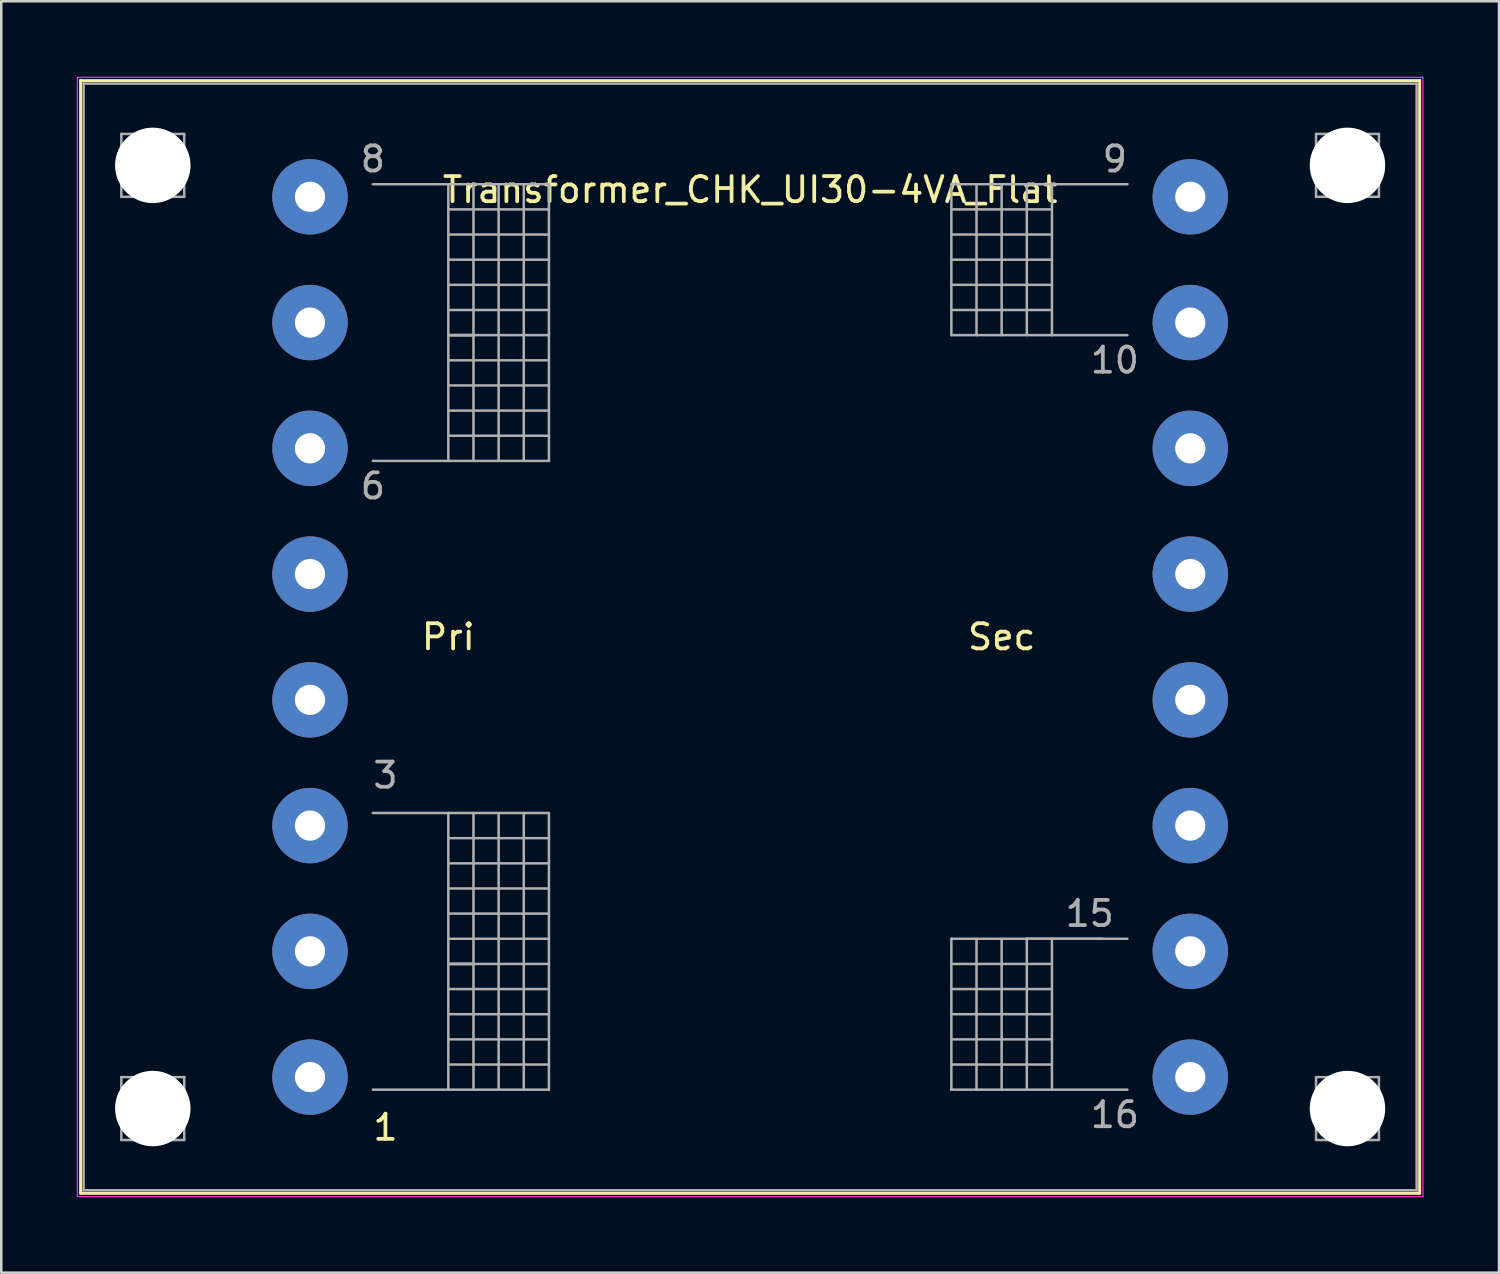
<source format=kicad_pcb>
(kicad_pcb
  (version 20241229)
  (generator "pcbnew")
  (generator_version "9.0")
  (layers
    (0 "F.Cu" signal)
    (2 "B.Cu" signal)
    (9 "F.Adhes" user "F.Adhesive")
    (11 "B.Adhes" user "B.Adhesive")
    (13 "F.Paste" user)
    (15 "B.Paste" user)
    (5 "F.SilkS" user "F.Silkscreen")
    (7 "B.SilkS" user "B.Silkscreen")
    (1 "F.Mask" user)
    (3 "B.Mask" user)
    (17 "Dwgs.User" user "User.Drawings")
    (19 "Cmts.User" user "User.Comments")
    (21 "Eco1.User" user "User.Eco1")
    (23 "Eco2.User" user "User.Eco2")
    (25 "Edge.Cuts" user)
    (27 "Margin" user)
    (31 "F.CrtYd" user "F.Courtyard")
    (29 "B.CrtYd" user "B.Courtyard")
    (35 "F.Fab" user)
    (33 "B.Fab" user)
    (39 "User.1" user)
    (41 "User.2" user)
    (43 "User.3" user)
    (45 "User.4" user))
  (footprint "Transformer_CHK_UI30-4VA_Flat"
    (layer "F.Cu")
    (at 9.275 39.775)
    (property "Reference" "Transformer_CHK_UI30-4VA_Flat" (at 17.5 -35.28 0) (layer "F.SilkS") (effects (font (size 1 1) (thickness 0.15))))
    (attr through_hole)
    (fp_line (start -9.12 -39.62) (end -9.12 4.62) (stroke (width 0.12) (type solid)) (layer "F.SilkS"))
    (fp_line (start -9.12 -39.62) (end 44.12 -39.62) (stroke (width 0.12) (type solid)) (layer "F.SilkS"))
    (fp_line (start 44.12 4.62) (end -9.12 4.62) (stroke (width 0.12) (type solid)) (layer "F.SilkS"))
    (fp_line (start 44.12 4.62) (end 44.12 -39.62) (stroke (width 0.12) (type solid)) (layer "F.SilkS"))
    (fp_line (start -9.25 -39.75) (end -9.25 4.75) (stroke (width 0.05) (type solid)) (layer "F.CrtYd"))
    (fp_line (start -9.25 -39.75) (end 44.25 -39.75) (stroke (width 0.05) (type solid)) (layer "F.CrtYd"))
    (fp_line (start 44.25 4.75) (end -9.25 4.75) (stroke (width 0.05) (type solid)) (layer "F.CrtYd"))
    (fp_line (start 44.25 4.75) (end 44.25 -39.75) (stroke (width 0.05) (type solid)) (layer "F.CrtYd"))
    (fp_line (start -9 -39.5) (end -9 4.5) (stroke (width 0.1) (type solid)) (layer "F.Fab"))
    (fp_line (start -9 4.5) (end 44 4.5) (stroke (width 0.1) (type solid)) (layer "F.Fab"))
    (fp_line (start -7.5 -37.5) (end -7.5 -35) (stroke (width 0.1) (type solid)) (layer "F.Fab"))
    (fp_line (start -7.5 -35) (end -5 -35) (stroke (width 0.1) (type solid)) (layer "F.Fab"))
    (fp_line (start -7.5 0) (end -7.5 2.5) (stroke (width 0.1) (type solid)) (layer "F.Fab"))
    (fp_line (start -7.5 2.5) (end -5 2.5) (stroke (width 0.1) (type solid)) (layer "F.Fab"))
    (fp_line (start -6.25 -37.5) (end -7.5 -37.5) (stroke (width 0.1) (type solid)) (layer "F.Fab"))
    (fp_line (start -6.25 0) (end -7.5 0) (stroke (width 0.1) (type solid)) (layer "F.Fab"))
    (fp_line (start -5 -37.5) (end -6.25 -37.5) (stroke (width 0.1) (type solid)) (layer "F.Fab"))
    (fp_line (start -5 -35) (end -5 -37.5) (stroke (width 0.1) (type solid)) (layer "F.Fab"))
    (fp_line (start -5 0) (end -6.25 0) (stroke (width 0.1) (type solid)) (layer "F.Fab"))
    (fp_line (start -5 2.5) (end -5 0) (stroke (width 0.1) (type solid)) (layer "F.Fab"))
    (fp_line (start 2.5 -35.5) (end 5.5 -35.5) (stroke (width 0.1) (type solid)) (layer "F.Fab"))
    (fp_line (start 2.5 -10.5) (end 5.5 -10.5) (stroke (width 0.1) (type solid)) (layer "F.Fab"))
    (fp_line (start 5.5 -35.5) (end 5.5 -24.5) (stroke (width 0.1) (type solid)) (layer "F.Fab"))
    (fp_line (start 5.5 -35.5) (end 9.5 -35.5) (stroke (width 0.1) (type solid)) (layer "F.Fab"))
    (fp_line (start 5.5 -34.5) (end 9.5 -34.5) (stroke (width 0.1) (type solid)) (layer "F.Fab"))
    (fp_line (start 5.5 -33.5) (end 9.5 -33.5) (stroke (width 0.1) (type solid)) (layer "F.Fab"))
    (fp_line (start 5.5 -32.5) (end 9.5 -32.5) (stroke (width 0.1) (type solid)) (layer "F.Fab"))
    (fp_line (start 5.5 -31.5) (end 9.5 -31.5) (stroke (width 0.1) (type solid)) (layer "F.Fab"))
    (fp_line (start 5.5 -30.5) (end 9.5 -30.5) (stroke (width 0.1) (type solid)) (layer "F.Fab"))
    (fp_line (start 5.5 -29.5) (end 6.5 -29.5) (stroke (width 0.1) (type solid)) (layer "F.Fab"))
    (fp_line (start 5.5 -28.5) (end 9.5 -28.5) (stroke (width 0.1) (type solid)) (layer "F.Fab"))
    (fp_line (start 5.5 -26.5) (end 8.5 -26.5) (stroke (width 0.1) (type solid)) (layer "F.Fab"))
    (fp_line (start 5.5 -24.5) (end 2.5 -24.5) (stroke (width 0.1) (type solid)) (layer "F.Fab"))
    (fp_line (start 5.5 -10.5) (end 5.5 0.5) (stroke (width 0.1) (type solid)) (layer "F.Fab"))
    (fp_line (start 5.5 -10.5) (end 9.5 -10.5) (stroke (width 0.1) (type solid)) (layer "F.Fab"))
    (fp_line (start 5.5 -9.5) (end 9.5 -9.5) (stroke (width 0.1) (type solid)) (layer "F.Fab"))
    (fp_line (start 5.5 -8.5) (end 9.5 -8.5) (stroke (width 0.1) (type solid)) (layer "F.Fab"))
    (fp_line (start 5.5 -7.5) (end 9.5 -7.5) (stroke (width 0.1) (type solid)) (layer "F.Fab"))
    (fp_line (start 5.5 -6.5) (end 9.5 -6.5) (stroke (width 0.1) (type solid)) (layer "F.Fab"))
    (fp_line (start 5.5 -5.5) (end 9.5 -5.5) (stroke (width 0.1) (type solid)) (layer "F.Fab"))
    (fp_line (start 5.5 -4.5) (end 6.5 -4.5) (stroke (width 0.1) (type solid)) (layer "F.Fab"))
    (fp_line (start 5.5 -3.5) (end 9.5 -3.5) (stroke (width 0.1) (type solid)) (layer "F.Fab"))
    (fp_line (start 5.5 -1.5) (end 8.5 -1.5) (stroke (width 0.1) (type solid)) (layer "F.Fab"))
    (fp_line (start 5.5 0.5) (end 2.5 0.5) (stroke (width 0.1) (type solid)) (layer "F.Fab"))
    (fp_line (start 6.5 -35.5) (end 6.5 -24.5) (stroke (width 0.1) (type solid)) (layer "F.Fab"))
    (fp_line (start 6.5 -29.5) (end 5.5 -29.5) (stroke (width 0.1) (type solid)) (layer "F.Fab"))
    (fp_line (start 6.5 -10.5) (end 6.5 0.5) (stroke (width 0.1) (type solid)) (layer "F.Fab"))
    (fp_line (start 6.5 -4.5) (end 5.5 -4.5) (stroke (width 0.1) (type solid)) (layer "F.Fab"))
    (fp_line (start 7.5 -24.5) (end 7.5 -35.5) (stroke (width 0.1) (type solid)) (layer "F.Fab"))
    (fp_line (start 7.5 0.5) (end 7.5 -10.5) (stroke (width 0.1) (type solid)) (layer "F.Fab"))
    (fp_line (start 8.5 -35.5) (end 8.5 -24.5) (stroke (width 0.1) (type solid)) (layer "F.Fab"))
    (fp_line (start 8.5 -26.5) (end 9.5 -26.5) (stroke (width 0.1) (type solid)) (layer "F.Fab"))
    (fp_line (start 8.5 -10.5) (end 8.5 0.5) (stroke (width 0.1) (type solid)) (layer "F.Fab"))
    (fp_line (start 8.5 -1.5) (end 9.5 -1.5) (stroke (width 0.1) (type solid)) (layer "F.Fab"))
    (fp_line (start 9.5 -35.5) (end 9.5 -24.5) (stroke (width 0.1) (type solid)) (layer "F.Fab"))
    (fp_line (start 9.5 -29.5) (end 5.5 -29.5) (stroke (width 0.1) (type solid)) (layer "F.Fab"))
    (fp_line (start 9.5 -27.5) (end 5.5 -27.5) (stroke (width 0.1) (type solid)) (layer "F.Fab"))
    (fp_line (start 9.5 -25.5) (end 5.5 -25.5) (stroke (width 0.1) (type solid)) (layer "F.Fab"))
    (fp_line (start 9.5 -24.5) (end 5.5 -24.5) (stroke (width 0.1) (type solid)) (layer "F.Fab"))
    (fp_line (start 9.5 -10.5) (end 9.5 0.5) (stroke (width 0.1) (type solid)) (layer "F.Fab"))
    (fp_line (start 9.5 -4.5) (end 5.5 -4.5) (stroke (width 0.1) (type solid)) (layer "F.Fab"))
    (fp_line (start 9.5 -2.5) (end 5.5 -2.5) (stroke (width 0.1) (type solid)) (layer "F.Fab"))
    (fp_line (start 9.5 -0.5) (end 5.5 -0.5) (stroke (width 0.1) (type solid)) (layer "F.Fab"))
    (fp_line (start 9.5 0.5) (end 5.5 0.5) (stroke (width 0.1) (type solid)) (layer "F.Fab"))
    (fp_line (start 25.5 -35.5) (end 25.5 -29.5) (stroke (width 0.1) (type solid)) (layer "F.Fab"))
    (fp_line (start 25.5 -34.5) (end 29.5 -34.5) (stroke (width 0.1) (type solid)) (layer "F.Fab"))
    (fp_line (start 25.5 -32.5) (end 29.5 -32.5) (stroke (width 0.1) (type solid)) (layer "F.Fab"))
    (fp_line (start 25.5 -31.5) (end 29.5 -31.5) (stroke (width 0.1) (type solid)) (layer "F.Fab"))
    (fp_line (start 25.5 -29.5) (end 29.5 -29.5) (stroke (width 0.1) (type solid)) (layer "F.Fab"))
    (fp_line (start 25.5 -5.5) (end 25.5 0.5) (stroke (width 0.1) (type solid)) (layer "F.Fab"))
    (fp_line (start 25.5 -4.5) (end 29.5 -4.5) (stroke (width 0.1) (type solid)) (layer "F.Fab"))
    (fp_line (start 25.5 -2.5) (end 29.5 -2.5) (stroke (width 0.1) (type solid)) (layer "F.Fab"))
    (fp_line (start 25.5 -1.5) (end 29.5 -1.5) (stroke (width 0.1) (type solid)) (layer "F.Fab"))
    (fp_line (start 25.5 0.5) (end 29.5 0.5) (stroke (width 0.1) (type solid)) (layer "F.Fab"))
    (fp_line (start 26.5 -35.5) (end 26.5 -29.5) (stroke (width 0.1) (type solid)) (layer "F.Fab"))
    (fp_line (start 26.5 -5.5) (end 26.5 0.5) (stroke (width 0.1) (type solid)) (layer "F.Fab"))
    (fp_line (start 27.5 -35.5) (end 27.5 -29.5) (stroke (width 0.1) (type solid)) (layer "F.Fab"))
    (fp_line (start 27.5 -5.5) (end 27.5 0.5) (stroke (width 0.1) (type solid)) (layer "F.Fab"))
    (fp_line (start 28.5 -35.5) (end 28.5 -29.5) (stroke (width 0.1) (type solid)) (layer "F.Fab"))
    (fp_line (start 28.5 -5.5) (end 28.5 0.5) (stroke (width 0.1) (type solid)) (layer "F.Fab"))
    (fp_line (start 29.5 -35.5) (end 25.5 -35.5) (stroke (width 0.1) (type solid)) (layer "F.Fab"))
    (fp_line (start 29.5 -35.5) (end 29.5 -29.5) (stroke (width 0.1) (type solid)) (layer "F.Fab"))
    (fp_line (start 29.5 -33.5) (end 25.5 -33.5) (stroke (width 0.1) (type solid)) (layer "F.Fab"))
    (fp_line (start 29.5 -30.5) (end 25.5 -30.5) (stroke (width 0.1) (type solid)) (layer "F.Fab"))
    (fp_line (start 29.5 -29.5) (end 32.5 -29.5) (stroke (width 0.1) (type solid)) (layer "F.Fab"))
    (fp_line (start 29.5 -5.5) (end 25.5 -5.5) (stroke (width 0.1) (type solid)) (layer "F.Fab"))
    (fp_line (start 29.5 -5.5) (end 29.5 0.5) (stroke (width 0.1) (type solid)) (layer "F.Fab"))
    (fp_line (start 29.5 -3.5) (end 25.5 -3.5) (stroke (width 0.1) (type solid)) (layer "F.Fab"))
    (fp_line (start 29.5 -0.5) (end 25.5 -0.5) (stroke (width 0.1) (type solid)) (layer "F.Fab"))
    (fp_line (start 29.5 0.5) (end 32.5 0.5) (stroke (width 0.1) (type solid)) (layer "F.Fab"))
    (fp_line (start 31.5 -5.5) (end 28.5 -5.5) (stroke (width 0.1) (type solid)) (layer "F.Fab"))
    (fp_line (start 32.5 -35.5) (end 29.5 -35.5) (stroke (width 0.1) (type solid)) (layer "F.Fab"))
    (fp_line (start 32.5 -5.5) (end 29.5 -5.5) (stroke (width 0.1) (type solid)) (layer "F.Fab"))
    (fp_line (start 40 -37.5) (end 40 -35) (stroke (width 0.1) (type solid)) (layer "F.Fab"))
    (fp_line (start 40 -35) (end 42.5 -35) (stroke (width 0.1) (type solid)) (layer "F.Fab"))
    (fp_line (start 40 0) (end 40 2.5) (stroke (width 0.1) (type solid)) (layer "F.Fab"))
    (fp_line (start 40 2.5) (end 42.5 2.5) (stroke (width 0.1) (type solid)) (layer "F.Fab"))
    (fp_line (start 41.25 -37.5) (end 40 -37.5) (stroke (width 0.1) (type solid)) (layer "F.Fab"))
    (fp_line (start 41.25 0) (end 40 0) (stroke (width 0.1) (type solid)) (layer "F.Fab"))
    (fp_line (start 42.5 -37.5) (end 41.25 -37.5) (stroke (width 0.1) (type solid)) (layer "F.Fab"))
    (fp_line (start 42.5 -35) (end 42.5 -37.5) (stroke (width 0.1) (type solid)) (layer "F.Fab"))
    (fp_line (start 42.5 0) (end 41.25 0) (stroke (width 0.1) (type solid)) (layer "F.Fab"))
    (fp_line (start 42.5 2.5) (end 42.5 0) (stroke (width 0.1) (type solid)) (layer "F.Fab"))
    (fp_line (start 44 -39.5) (end -9 -39.5) (stroke (width 0.1) (type solid)) (layer "F.Fab"))
    (fp_line (start 44 4.5) (end 44 -39.5) (stroke (width 0.1) (type solid)) (layer "F.Fab"))
    (fp_text user "1" (at 3 2 0) (layer "F.SilkS") (effects (font (size 1 1) (thickness 0.15))))
    (fp_text user "Pri" (at 5.5 -17.5 0) (layer "F.SilkS") (effects (font (size 1 1) (thickness 0.15))))
    (fp_text user "Sec" (at 27.5 -17.5 0) (layer "F.SilkS") (effects (font (size 1 1) (thickness 0.15))))
    (fp_text user "8" (at 2.5 -36.5 0) (layer "F.Fab") (effects (font (size 1 1) (thickness 0.15))))
    (fp_text user "9" (at 32 -36.5 0) (layer "F.Fab") (effects (font (size 1 1) (thickness 0.15))))
    (fp_text user "3" (at 3 -12 0) (layer "F.Fab") (effects (font (size 1 1) (thickness 0.15))))
    (fp_text user "16" (at 32 1.5 0) (layer "F.Fab") (effects (font (size 1 1) (thickness 0.15))))
    (fp_text user "6" (at 2.5 -23.5 0) (layer "F.Fab") (effects (font (size 1 1) (thickness 0.15))))
    (fp_text user "10" (at 32 -28.5 0) (layer "F.Fab") (effects (font (size 1 1) (thickness 0.15))))
    (fp_text user "15" (at 31 -6.5 0) (layer "F.Fab") (effects (font (size 1 1) (thickness 0.15))))
    (pad "" np_thru_hole circle (at -6.25 -36.25) (size 3 3) (drill 3) (layers "*.Cu" "*.Mask"))
    (pad "" np_thru_hole circle (at -6.25 1.25) (size 3 3) (drill 3) (layers "*.Cu" "*.Mask"))
    (pad "" np_thru_hole circle (at 41.25 -36.25) (size 3 3) (drill 3) (layers "*.Cu" "*.Mask"))
    (pad "" np_thru_hole circle (at 41.25 1.25) (size 3 3) (drill 3) (layers "*.Cu" "*.Mask"))
    (pad "1" thru_hole circle (at 0 0) (size 3 3) (drill 1.2) (layers "*.Cu" "*.Mask"))
    (pad "2" thru_hole circle (at 0 -5) (size 3 3) (drill 1.2) (layers "*.Cu" "*.Mask"))
    (pad "3" thru_hole circle (at 0 -10) (size 3 3) (drill 1.2) (layers "*.Cu" "*.Mask"))
    (pad "4" thru_hole circle (at 0 -15) (size 3 3) (drill 1.2) (layers "*.Cu" "*.Mask"))
    (pad "5" thru_hole circle (at 0 -20) (size 3 3) (drill 1.2) (layers "*.Cu" "*.Mask"))
    (pad "6" thru_hole circle (at 0 -25) (size 3 3) (drill 1.2) (layers "*.Cu" "*.Mask"))
    (pad "7" thru_hole circle (at 0 -30) (size 3 3) (drill 1.2) (layers "*.Cu" "*.Mask"))
    (pad "8" thru_hole circle (at 0 -35) (size 3 3) (drill 1.2) (layers "*.Cu" "*.Mask"))
    (pad "9" thru_hole circle (at 35 -35) (size 3 3) (drill 1.2) (layers "*.Cu" "*.Mask"))
    (pad "10" thru_hole circle (at 35 -30) (size 3 3) (drill 1.2) (layers "*.Cu" "*.Mask"))
    (pad "11" thru_hole circle (at 35 -25) (size 3 3) (drill 1.2) (layers "*.Cu" "*.Mask"))
    (pad "12" thru_hole circle (at 35 -20) (size 3 3) (drill 1.2) (layers "*.Cu" "*.Mask"))
    (pad "13" thru_hole circle (at 35 -15) (size 3 3) (drill 1.2) (layers "*.Cu" "*.Mask"))
    (pad "14" thru_hole circle (at 35 -10) (size 3 3) (drill 1.2) (layers "*.Cu" "*.Mask"))
    (pad "15" thru_hole circle (at 35 -5) (size 3 3) (drill 1.2) (layers "*.Cu" "*.Mask"))
    (pad "16" thru_hole circle (at 35 0) (size 3 3) (drill 1.2) (layers "*.Cu" "*.Mask")))
  (gr_rect
    (start -3 -3)
    (end 56.55 47.55)
    (stroke (width 0.1) (type default))
    (fill no)
    (layer "Edge.Cuts")))
</source>
